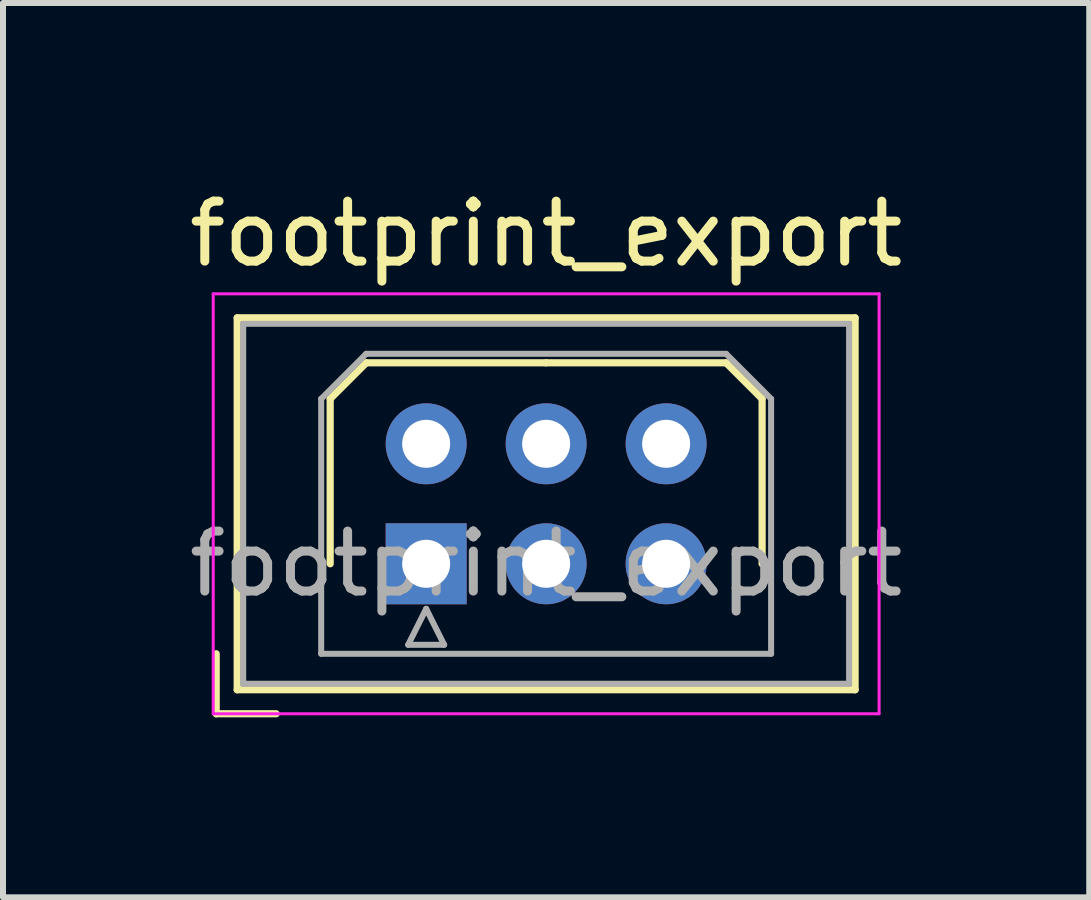
<source format=kicad_pcb>
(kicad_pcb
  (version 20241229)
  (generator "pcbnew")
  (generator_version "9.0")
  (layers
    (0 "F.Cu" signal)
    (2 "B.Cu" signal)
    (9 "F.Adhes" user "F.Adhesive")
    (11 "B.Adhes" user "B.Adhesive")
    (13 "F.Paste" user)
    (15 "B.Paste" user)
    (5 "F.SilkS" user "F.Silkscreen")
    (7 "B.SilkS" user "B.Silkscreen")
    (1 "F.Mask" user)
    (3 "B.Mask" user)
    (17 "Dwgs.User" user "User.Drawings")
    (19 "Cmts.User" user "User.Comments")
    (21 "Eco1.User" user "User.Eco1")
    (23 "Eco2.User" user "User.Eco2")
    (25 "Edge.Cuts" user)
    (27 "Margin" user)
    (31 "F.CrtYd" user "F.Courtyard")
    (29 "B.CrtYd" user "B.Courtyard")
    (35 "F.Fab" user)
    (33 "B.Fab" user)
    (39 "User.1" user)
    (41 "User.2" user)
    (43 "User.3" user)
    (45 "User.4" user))
  (footprint "footprint_export"
    (layer "F.Cu")
    (at 4.054 6.348)
    (property "Reference" "footprint_export" (at 2 -5.5 0) (layer "F.SilkS") (effects (font (size 1 1) (thickness 0.15))))
    (attr through_hole)
    (fp_line (start -3.5 1.5) (end -3.5 2.5) (stroke (width 0.12) (type solid)) (layer "F.SilkS"))
    (fp_line (start -3.5 2.5) (end -2.5 2.5) (stroke (width 0.12) (type solid)) (layer "F.SilkS"))
    (fp_line (start -3.15 -4.1) (end -3.15 2.1) (stroke (width 0.12) (type solid)) (layer "F.SilkS"))
    (fp_line (start -3.15 2.1) (end 7.15 2.1) (stroke (width 0.12) (type solid)) (layer "F.SilkS"))
    (fp_line (start -1.6 -2.75) (end -1 -3.35) (stroke (width 0.12) (type solid)) (layer "F.SilkS"))
    (fp_line (start -1.6 0) (end -1.6 -2.75) (stroke (width 0.12) (type solid)) (layer "F.SilkS"))
    (fp_line (start -1 -3.35) (end 2 -3.35) (stroke (width 0.12) (type solid)) (layer "F.SilkS"))
    (fp_line (start 5 -3.35) (end 2 -3.35) (stroke (width 0.12) (type solid)) (layer "F.SilkS"))
    (fp_line (start 5.6 -2.75) (end 5 -3.35) (stroke (width 0.12) (type solid)) (layer "F.SilkS"))
    (fp_line (start 5.6 0) (end 5.6 -2.75) (stroke (width 0.12) (type solid)) (layer "F.SilkS"))
    (fp_line (start 7.15 -4.1) (end -3.15 -4.1) (stroke (width 0.12) (type solid)) (layer "F.SilkS"))
    (fp_line (start 7.15 2.1) (end 7.15 -4.1) (stroke (width 0.12) (type solid)) (layer "F.SilkS"))
    (fp_line (start -3.55 -4.5) (end -3.55 2.5) (stroke (width 0.05) (type solid)) (layer "F.CrtYd"))
    (fp_line (start -3.55 2.5) (end 7.55 2.5) (stroke (width 0.05) (type solid)) (layer "F.CrtYd"))
    (fp_line (start 7.55 -4.5) (end -3.55 -4.5) (stroke (width 0.05) (type solid)) (layer "F.CrtYd"))
    (fp_line (start 7.55 2.5) (end 7.55 -4.5) (stroke (width 0.05) (type solid)) (layer "F.CrtYd"))
    (fp_line (start -3.05 -4) (end -3.05 2) (stroke (width 0.1) (type solid)) (layer "F.Fab"))
    (fp_line (start -3.05 2) (end 7.05 2) (stroke (width 0.1) (type solid)) (layer "F.Fab"))
    (fp_line (start -1.75 -2.75) (end -1 -3.5) (stroke (width 0.1) (type solid)) (layer "F.Fab"))
    (fp_line (start -1.75 1.5) (end -1.75 -2.75) (stroke (width 0.1) (type solid)) (layer "F.Fab"))
    (fp_line (start -1 -3.5) (end 5 -3.5) (stroke (width 0.1) (type solid)) (layer "F.Fab"))
    (fp_line (start -0.3 1.35) (end 0.3 1.35) (stroke (width 0.1) (type solid)) (layer "F.Fab"))
    (fp_line (start 0 0.75) (end -0.3 1.35) (stroke (width 0.1) (type solid)) (layer "F.Fab"))
    (fp_line (start 0.3 1.35) (end 0 0.75) (stroke (width 0.1) (type solid)) (layer "F.Fab"))
    (fp_line (start 5 -3.5) (end 5.75 -2.75) (stroke (width 0.1) (type solid)) (layer "F.Fab"))
    (fp_line (start 5.75 -2.75) (end 5.75 1.5) (stroke (width 0.1) (type solid)) (layer "F.Fab"))
    (fp_line (start 5.75 1.5) (end -1.75 1.5) (stroke (width 0.1) (type solid)) (layer "F.Fab"))
    (fp_line (start 7.05 -4) (end -3.05 -4) (stroke (width 0.1) (type solid)) (layer "F.Fab"))
    (fp_line (start 7.05 2) (end 7.05 -4) (stroke (width 0.1) (type solid)) (layer "F.Fab"))
    (fp_text user "${REFERENCE}" (at 2 0 0) (layer "F.Fab") (effects (font (size 1 1) (thickness 0.15))))
    (pad "1" thru_hole rect (at 0 0) (size 1.35 1.35) (drill 0.8) (layers "*.Cu" "*.Mask"))
    (pad "2" thru_hole circle (at 0 -2) (size 1.35 1.35) (drill 0.8) (layers "*.Cu" "*.Mask"))
    (pad "3" thru_hole circle (at 2 0) (size 1.35 1.35) (drill 0.8) (layers "*.Cu" "*.Mask"))
    (pad "4" thru_hole circle (at 2 -2) (size 1.35 1.35) (drill 0.8) (layers "*.Cu" "*.Mask"))
    (pad "5" thru_hole circle (at 4 0) (size 1.35 1.35) (drill 0.8) (layers "*.Cu" "*.Mask"))
    (pad "6" thru_hole circle (at 4 -2) (size 1.35 1.35) (drill 0.8) (layers "*.Cu" "*.Mask")))
  (gr_rect
    (start -3 -3)
    (end 15.107 11.908)
    (stroke (width 0.1) (type default))
    (fill no)
    (layer "Edge.Cuts")))
</source>
